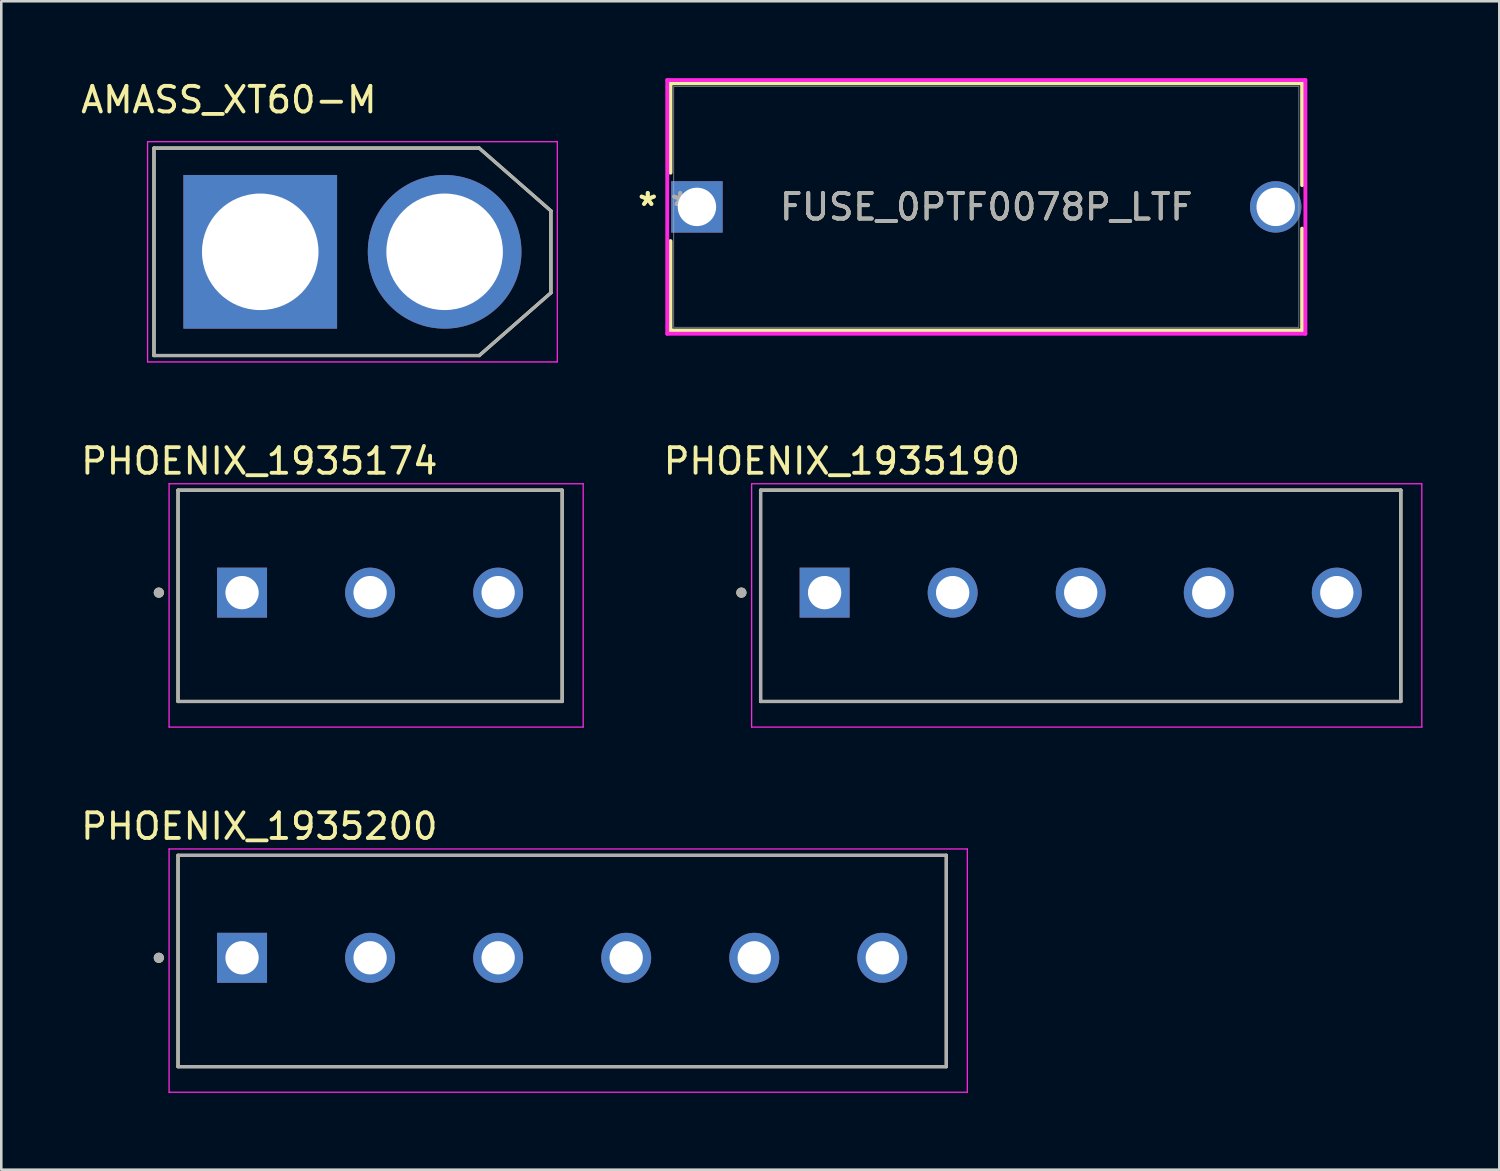
<source format=kicad_pcb>
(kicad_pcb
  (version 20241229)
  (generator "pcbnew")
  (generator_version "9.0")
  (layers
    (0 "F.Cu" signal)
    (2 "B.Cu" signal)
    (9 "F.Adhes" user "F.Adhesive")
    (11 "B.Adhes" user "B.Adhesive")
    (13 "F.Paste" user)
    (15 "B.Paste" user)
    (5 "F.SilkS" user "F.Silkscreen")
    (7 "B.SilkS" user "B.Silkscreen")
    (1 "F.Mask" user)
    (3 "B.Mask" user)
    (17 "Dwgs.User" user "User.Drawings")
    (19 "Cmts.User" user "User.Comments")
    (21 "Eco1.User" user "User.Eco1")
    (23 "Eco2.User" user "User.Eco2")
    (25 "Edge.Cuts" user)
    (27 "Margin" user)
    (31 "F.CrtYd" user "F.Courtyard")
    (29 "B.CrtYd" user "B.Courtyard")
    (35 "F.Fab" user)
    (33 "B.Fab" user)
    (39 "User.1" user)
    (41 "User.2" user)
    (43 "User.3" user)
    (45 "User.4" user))
  (footprint "AMASS_XT60-M"
    (layer "F.Cu")
    (at 10.712 6.783)
    (property "Reference" "AMASS_XT60-M" (at -4.825 -5.935 0) (layer "F.SilkS") (effects (font (size 1 1) (thickness 0.15))))
    (attr through_hole)
    (fp_line (start -7.75 -4.05) (end 4.95 -4.05) (stroke (width 0.127) (type solid)) (layer "F.SilkS"))
    (fp_line (start -7.75 4.05) (end -7.75 -4.05) (stroke (width 0.127) (type solid)) (layer "F.SilkS"))
    (fp_line (start 4.95 -4.05) (end 7.75 -1.6) (stroke (width 0.127) (type solid)) (layer "F.SilkS"))
    (fp_line (start 4.95 4.05) (end -7.75 4.05) (stroke (width 0.127) (type solid)) (layer "F.SilkS"))
    (fp_line (start 7.75 -1.6) (end 7.75 1.6) (stroke (width 0.127) (type solid)) (layer "F.SilkS"))
    (fp_line (start 7.75 1.6) (end 4.95 4.05) (stroke (width 0.127) (type solid)) (layer "F.SilkS"))
    (fp_line (start -8 -4.3) (end -8 4.3) (stroke (width 0.05) (type solid)) (layer "F.CrtYd"))
    (fp_line (start -8 4.3) (end 8 4.3) (stroke (width 0.05) (type solid)) (layer "F.CrtYd"))
    (fp_line (start 8 -4.3) (end -8 -4.3) (stroke (width 0.05) (type solid)) (layer "F.CrtYd"))
    (fp_line (start 8 4.3) (end 8 -4.3) (stroke (width 0.05) (type solid)) (layer "F.CrtYd"))
    (fp_line (start -7.75 -4.05) (end 4.95 -4.05) (stroke (width 0.127) (type solid)) (layer "F.Fab"))
    (fp_line (start -7.75 4.05) (end -7.75 -4.05) (stroke (width 0.127) (type solid)) (layer "F.Fab"))
    (fp_line (start 4.95 -4.05) (end 7.75 -1.6) (stroke (width 0.127) (type solid)) (layer "F.Fab"))
    (fp_line (start 4.95 4.05) (end -7.75 4.05) (stroke (width 0.127) (type solid)) (layer "F.Fab"))
    (fp_line (start 7.75 -1.6) (end 7.75 1.6) (stroke (width 0.127) (type solid)) (layer "F.Fab"))
    (fp_line (start 7.75 1.6) (end 4.95 4.05) (stroke (width 0.127) (type solid)) (layer "F.Fab"))
    (pad "N" thru_hole circle (at 3.6 0) (size 6 6) (drill 4.55) (layers "*.Cu" "*.Mask"))
    (pad "P" thru_hole rect (at -3.6 0) (size 6 6) (drill 4.55) (layers "*.Cu" "*.Mask")))
  (footprint "PHOENIX_1935200"
    (layer "F.Cu")
    (at 3.902 38.6)
    (property "Reference" "PHOENIX_1935200" (at 3.175 -9.385 0) (layer "F.SilkS") (effects (font (size 1 1) (thickness 0.15))))
    (attr through_hole)
    (fp_line (start 0 -8.25) (end 30 -8.25) (stroke (width 0.127) (type solid)) (layer "F.SilkS"))
    (fp_line (start 0 0) (end 0 -8.25) (stroke (width 0.127) (type solid)) (layer "F.SilkS"))
    (fp_line (start 0 0) (end 30 0) (stroke (width 0.127) (type solid)) (layer "F.SilkS"))
    (fp_line (start 30 0) (end 30 -8.25) (stroke (width 0.127) (type solid)) (layer "F.SilkS"))
    (fp_circle (center -0.75 -4.25) (end -0.65 -4.25) (stroke (width 0.2) (type solid)) (fill no) (layer "F.SilkS"))
    (fp_line (start -0.35 -8.5) (end -0.35 1) (stroke (width 0.05) (type solid)) (layer "F.CrtYd"))
    (fp_line (start -0.35 1) (end 30.82 1) (stroke (width 0.05) (type solid)) (layer "F.CrtYd"))
    (fp_line (start 30.82 -8.5) (end -0.35 -8.5) (stroke (width 0.05) (type solid)) (layer "F.CrtYd"))
    (fp_line (start 30.82 1) (end 30.82 -8.5) (stroke (width 0.05) (type solid)) (layer "F.CrtYd"))
    (fp_line (start 0 -8.25) (end 30 -8.25) (stroke (width 0.127) (type solid)) (layer "F.Fab"))
    (fp_line (start 0 0) (end 0 -8.25) (stroke (width 0.127) (type solid)) (layer "F.Fab"))
    (fp_line (start 0 0) (end 30 0) (stroke (width 0.127) (type solid)) (layer "F.Fab"))
    (fp_line (start 30 0) (end 30 -8.25) (stroke (width 0.127) (type solid)) (layer "F.Fab"))
    (fp_circle (center -0.75 -4.25) (end -0.65 -4.25) (stroke (width 0.2) (type solid)) (fill no) (layer "F.Fab"))
    (pad "1" thru_hole rect (at 2.5 -4.25) (size 1.95 1.95) (drill 1.3) (layers "*.Cu" "*.Mask"))
    (pad "2" thru_hole circle (at 7.5 -4.25) (size 1.95 1.95) (drill 1.3) (layers "*.Cu" "*.Mask"))
    (pad "3" thru_hole circle (at 12.5 -4.25) (size 1.95 1.95) (drill 1.3) (layers "*.Cu" "*.Mask"))
    (pad "4" thru_hole circle (at 17.5 -4.25) (size 1.95 1.95) (drill 1.3) (layers "*.Cu" "*.Mask"))
    (pad "5" thru_hole circle (at 22.5 -4.25) (size 1.95 1.95) (drill 1.3) (layers "*.Cu" "*.Mask"))
    (pad "6" thru_hole circle (at 27.5 -4.25) (size 1.95 1.95) (drill 1.3) (layers "*.Cu" "*.Mask")))
  (footprint "PHOENIX_1935174"
    (layer "F.Cu")
    (at 3.902 24.341)
    (property "Reference" "PHOENIX_1935174" (at 3.175 -9.385 0) (layer "F.SilkS") (effects (font (size 1 1) (thickness 0.15))))
    (attr through_hole)
    (fp_line (start 0 -8.25) (end 15 -8.25) (stroke (width 0.127) (type solid)) (layer "F.SilkS"))
    (fp_line (start 0 0) (end 0 -8.25) (stroke (width 0.127) (type solid)) (layer "F.SilkS"))
    (fp_line (start 0 0) (end 15 0) (stroke (width 0.127) (type solid)) (layer "F.SilkS"))
    (fp_line (start 15 0) (end 15 -8.25) (stroke (width 0.127) (type solid)) (layer "F.SilkS"))
    (fp_circle (center -0.75 -4.25) (end -0.65 -4.25) (stroke (width 0.2) (type solid)) (fill no) (layer "F.SilkS"))
    (fp_line (start -0.35 -8.5) (end -0.35 1) (stroke (width 0.05) (type solid)) (layer "F.CrtYd"))
    (fp_line (start -0.35 1) (end 15.82 1) (stroke (width 0.05) (type solid)) (layer "F.CrtYd"))
    (fp_line (start 15.82 -8.5) (end -0.35 -8.5) (stroke (width 0.05) (type solid)) (layer "F.CrtYd"))
    (fp_line (start 15.82 1) (end 15.82 -8.5) (stroke (width 0.05) (type solid)) (layer "F.CrtYd"))
    (fp_line (start 0 -8.25) (end 15 -8.25) (stroke (width 0.127) (type solid)) (layer "F.Fab"))
    (fp_line (start 0 0) (end 0 -8.25) (stroke (width 0.127) (type solid)) (layer "F.Fab"))
    (fp_line (start 0 0) (end 15 0) (stroke (width 0.127) (type solid)) (layer "F.Fab"))
    (fp_line (start 15 0) (end 15 -8.25) (stroke (width 0.127) (type solid)) (layer "F.Fab"))
    (fp_circle (center -0.75 -4.25) (end -0.65 -4.25) (stroke (width 0.2) (type solid)) (fill no) (layer "F.Fab"))
    (pad "1" thru_hole rect (at 2.5 -4.25) (size 1.95 1.95) (drill 1.3) (layers "*.Cu" "*.Mask"))
    (pad "2" thru_hole circle (at 7.5 -4.25) (size 1.95 1.95) (drill 1.3) (layers "*.Cu" "*.Mask"))
    (pad "3" thru_hole circle (at 12.5 -4.25) (size 1.95 1.95) (drill 1.3) (layers "*.Cu" "*.Mask")))
  (footprint "PHOENIX_1935190"
    (layer "F.Cu")
    (at 26.65 24.341)
    (property "Reference" "PHOENIX_1935190" (at 3.175 -9.385 0) (layer "F.SilkS") (effects (font (size 1 1) (thickness 0.15))))
    (attr through_hole)
    (fp_line (start 0 -8.25) (end 25 -8.25) (stroke (width 0.127) (type solid)) (layer "F.SilkS"))
    (fp_line (start 0 0) (end 0 -8.25) (stroke (width 0.127) (type solid)) (layer "F.SilkS"))
    (fp_line (start 0 0) (end 25 0) (stroke (width 0.127) (type solid)) (layer "F.SilkS"))
    (fp_line (start 25 0) (end 25 -8.25) (stroke (width 0.127) (type solid)) (layer "F.SilkS"))
    (fp_circle (center -0.75 -4.25) (end -0.65 -4.25) (stroke (width 0.2) (type solid)) (fill no) (layer "F.SilkS"))
    (fp_line (start -0.35 -8.5) (end -0.35 1) (stroke (width 0.05) (type solid)) (layer "F.CrtYd"))
    (fp_line (start -0.35 1) (end 25.82 1) (stroke (width 0.05) (type solid)) (layer "F.CrtYd"))
    (fp_line (start 25.82 -8.5) (end -0.35 -8.5) (stroke (width 0.05) (type solid)) (layer "F.CrtYd"))
    (fp_line (start 25.82 1) (end 25.82 -8.5) (stroke (width 0.05) (type solid)) (layer "F.CrtYd"))
    (fp_line (start 0 -8.25) (end 25 -8.25) (stroke (width 0.127) (type solid)) (layer "F.Fab"))
    (fp_line (start 0 0) (end 0 -8.25) (stroke (width 0.127) (type solid)) (layer "F.Fab"))
    (fp_line (start 0 0) (end 25 0) (stroke (width 0.127) (type solid)) (layer "F.Fab"))
    (fp_line (start 25 0) (end 25 -8.25) (stroke (width 0.127) (type solid)) (layer "F.Fab"))
    (fp_circle (center -0.75 -4.25) (end -0.65 -4.25) (stroke (width 0.2) (type solid)) (fill no) (layer "F.Fab"))
    (pad "1" thru_hole rect (at 2.5 -4.25) (size 1.95 1.95) (drill 1.3) (layers "*.Cu" "*.Mask"))
    (pad "2" thru_hole circle (at 7.5 -4.25) (size 1.95 1.95) (drill 1.3) (layers "*.Cu" "*.Mask"))
    (pad "3" thru_hole circle (at 12.5 -4.25) (size 1.95 1.95) (drill 1.3) (layers "*.Cu" "*.Mask"))
    (pad "4" thru_hole circle (at 17.5 -4.25) (size 1.95 1.95) (drill 1.3) (layers "*.Cu" "*.Mask"))
    (pad "5" thru_hole circle (at 22.5 -4.25) (size 1.95 1.95) (drill 1.3) (layers "*.Cu" "*.Mask")))
  (footprint "FUSE_0PTF0078P_LTF"
    (layer "F.Cu")
    (at 24.164 5.029)
    (property "Reference" "FUSE_0PTF0078P_LTF" (at 11.3 0 0) (unlocked yes) (layer "F.SilkS") (effects (font (size 1 1) (thickness 0.15))))
    (attr through_hole)
    (fp_line (start -1.032 -4.826) (end -1.032 -1.335) (stroke (width 0.152) (type solid)) (layer "F.SilkS"))
    (fp_line (start -1.032 1.335) (end -1.032 4.826) (stroke (width 0.152) (type solid)) (layer "F.SilkS"))
    (fp_line (start -1.032 4.826) (end 23.632 4.826) (stroke (width 0.152) (type solid)) (layer "F.SilkS"))
    (fp_line (start 23.632 -4.826) (end -1.032 -4.826) (stroke (width 0.152) (type solid)) (layer "F.SilkS"))
    (fp_line (start 23.632 -0.849) (end 23.632 -4.826) (stroke (width 0.152) (type solid)) (layer "F.SilkS"))
    (fp_line (start 23.632 4.826) (end 23.632 0.849) (stroke (width 0.152) (type solid)) (layer "F.SilkS"))
    (fp_line (start -1.159 -4.953) (end 23.759 -4.953) (stroke (width 0.152) (type solid)) (layer "F.CrtYd"))
    (fp_line (start -1.159 4.953) (end -1.159 -4.953) (stroke (width 0.152) (type solid)) (layer "F.CrtYd"))
    (fp_line (start 23.759 -4.953) (end 23.759 4.953) (stroke (width 0.152) (type solid)) (layer "F.CrtYd"))
    (fp_line (start 23.759 4.953) (end -1.159 4.953) (stroke (width 0.152) (type solid)) (layer "F.CrtYd"))
    (fp_line (start -0.905 -4.699) (end -0.905 4.699) (stroke (width 0.025) (type solid)) (layer "F.Fab"))
    (fp_line (start -0.905 4.699) (end 23.505 4.699) (stroke (width 0.025) (type solid)) (layer "F.Fab"))
    (fp_line (start 23.505 -4.699) (end -0.905 -4.699) (stroke (width 0.025) (type solid)) (layer "F.Fab"))
    (fp_line (start 23.505 4.699) (end 23.505 -4.699) (stroke (width 0.025) (type solid)) (layer "F.Fab"))
    (fp_text user "*" (at -1.921 0 0) (unlocked yes) (layer "F.SilkS") (effects (font (size 1 1) (thickness 0.15))))
    (fp_text user "*" (at -1.921 0 0) (layer "F.SilkS") (effects (font (size 1 1) (thickness 0.15))))
    (fp_text user "*" (at -0.651 0 0) (unlocked yes) (layer "F.Fab") (effects (font (size 1 1) (thickness 0.15))))
    (fp_text user "*" (at -0.651 0 0) (layer "F.Fab") (effects (font (size 1 1) (thickness 0.15))))
    (fp_text user "${REFERENCE}" (at 11.3 0 0) (unlocked yes) (layer "F.Fab") (effects (font (size 1 1) (thickness 0.15))))
    (pad "1" thru_hole rect (at 0 0) (size 2.007 2.007) (drill 1.499) (layers "*.Cu" "*.Mask"))
    (pad "2" thru_hole circle (at 22.6 0) (size 2.007 2.007) (drill 1.499) (layers "*.Cu" "*.Mask")))
  (gr_rect
    (start -3 -3)
    (end 55.495 42.625)
    (stroke (width 0.1) (type default))
    (fill no)
    (layer "Edge.Cuts")))
</source>
